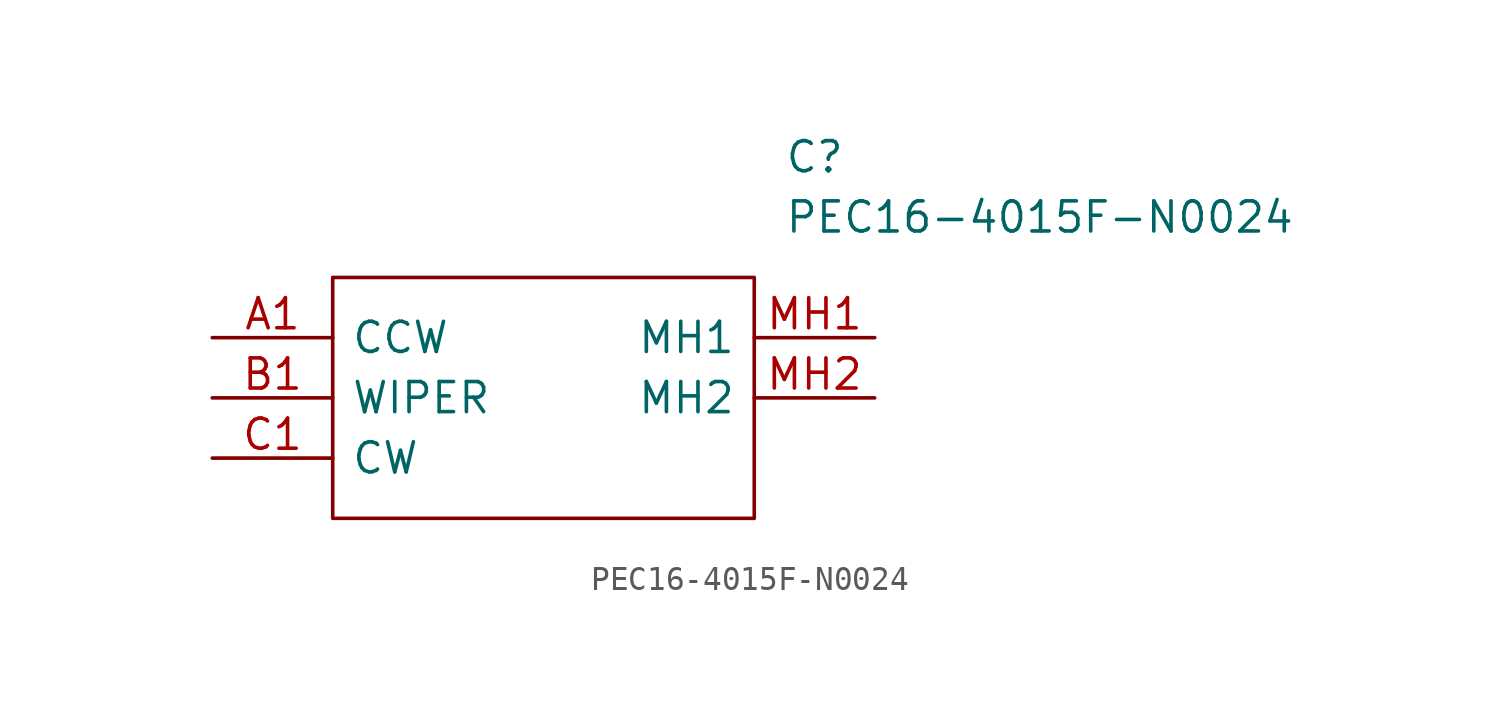
<source format=kicad_sym>
(kicad_symbol_lib
  (version 20211014)
  (generator kicad_symbol_editor)
  (symbol "PEC16-4015F-N0024"
    (pin_names
      (offset 0.762))
    (property "Reference" "C"
      (at 24.13 7.62 0)
      (effects (font (size 1.27 1.27)) (justify left)))
    (property "Value" "PEC16-4015F-N0024"
      (at 24.13 5.08 0)
      (effects (font (size 1.27 1.27)) (justify left)))
    (symbol "PEC16-4015F-N0024_0_0"
      (pin passive line (at 0 0 0) (length 5.08) (name "CCW" (effects (font (size 1.27 1.27)))) (number "A1" (effects (font (size 1.27 1.27)))))
      (pin passive line (at 0 -2.54 0) (length 5.08) (name "WIPER" (effects (font (size 1.27 1.27)))) (number "B1" (effects (font (size 1.27 1.27)))))
      (pin passive line (at 0 -5.08 0) (length 5.08) (name "CW" (effects (font (size 1.27 1.27)))) (number "C1" (effects (font (size 1.27 1.27)))))
      (pin passive line (at 27.94 0 180) (length 5.08) (name "MH1" (effects (font (size 1.27 1.27)))) (number "MH1" (effects (font (size 1.27 1.27)))))
      (pin passive line (at 27.94 -2.54 180) (length 5.08) (name "MH2" (effects (font (size 1.27 1.27)))) (number "MH2" (effects (font (size 1.27 1.27))))))
    (symbol "PEC16-4015F-N0024_0_1"
      (polyline (pts (xy 5.08 2.54) (xy 22.86 2.54) (xy 22.86 -7.62) (xy 5.08 -7.62) (xy 5.08 2.54)) (stroke (width 0.152) (type default) (color 0 0 0 0)) (fill (type none))))))
</source>
